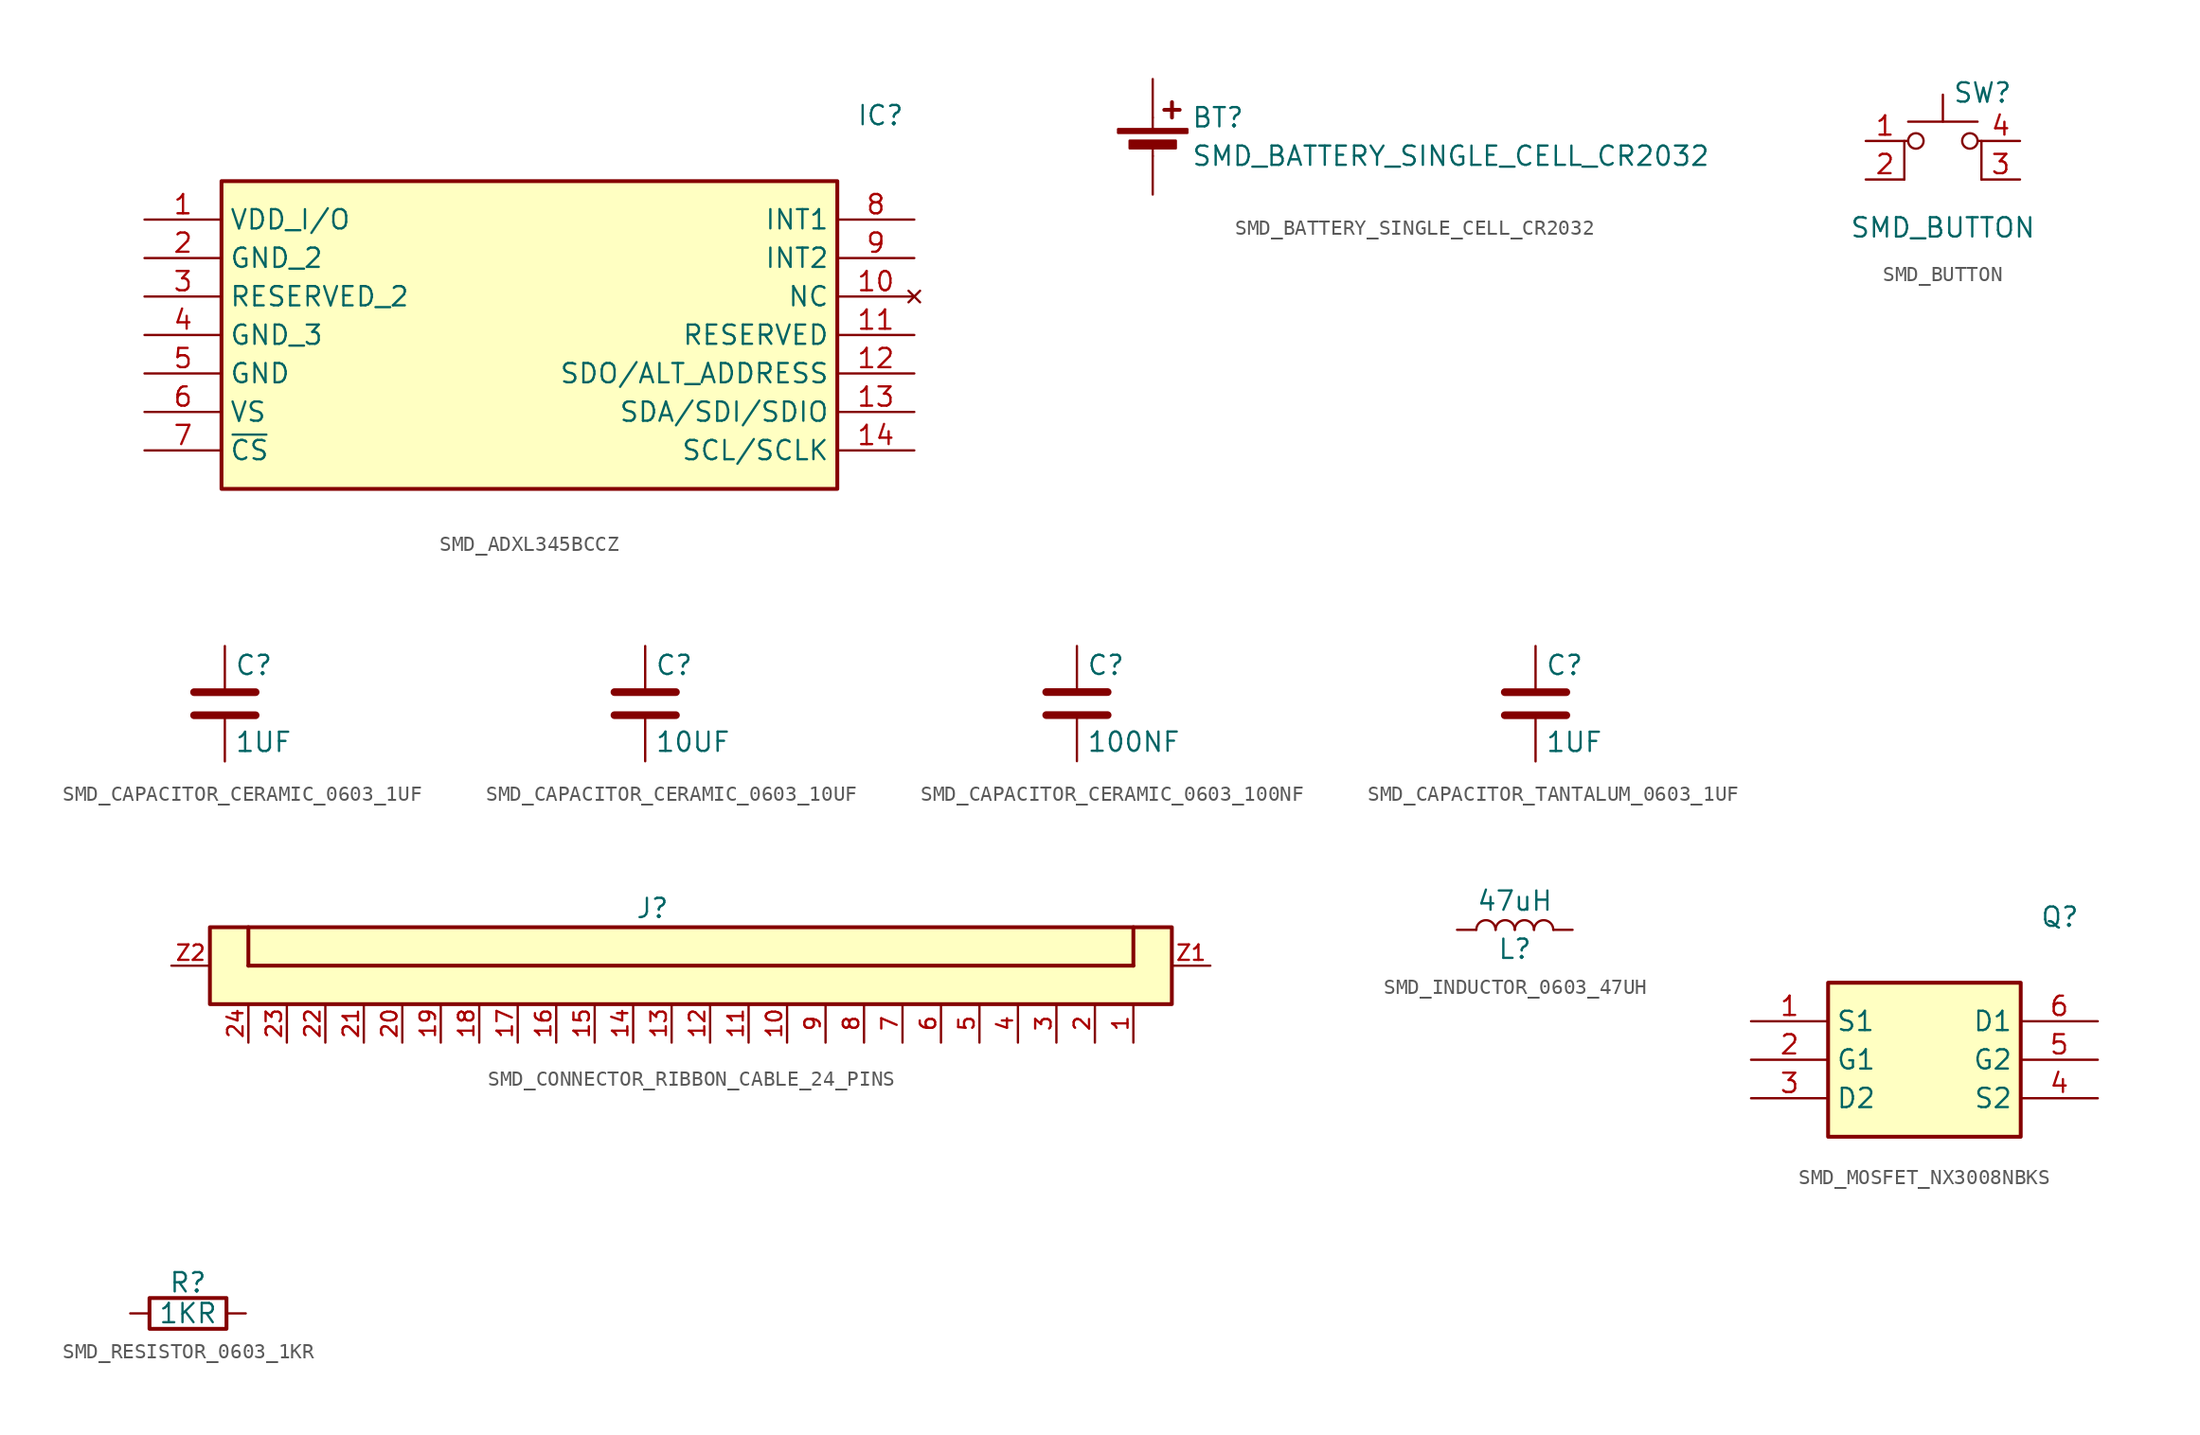
<source format=kicad_sym>
(kicad_symbol_lib
  (version 20241209)
  (generator "kicad_symbol_editor")
  (generator_version "9.0")
  (symbol "SMD_ADXL345BCCZ"
    (property "Reference" "IC"
      (at 21.59 15.24 0)
      (effects (font (size 1.27 1.27)) (justify left top)))
    (symbol "SMD_ADXL345BCCZ_1_1"
      (rectangle (start -20.32 10.16) (end 20.32 -10.16) (stroke (width 0.254) (type default)) (fill (type background)))
      (pin passive line (at -25.4 7.62 0) (length 5.08) (name "VDD_I/O" (effects (font (size 1.27 1.27)))) (number "1" (effects (font (size 1.27 1.27)))))
      (pin passive line (at -25.4 5.08 0) (length 5.08) (name "GND_2" (effects (font (size 1.27 1.27)))) (number "2" (effects (font (size 1.27 1.27)))))
      (pin passive line (at -25.4 2.54 0) (length 5.08) (name "RESERVED_2" (effects (font (size 1.27 1.27)))) (number "3" (effects (font (size 1.27 1.27)))))
      (pin passive line (at -25.4 0 0) (length 5.08) (name "GND_3" (effects (font (size 1.27 1.27)))) (number "4" (effects (font (size 1.27 1.27)))))
      (pin passive line (at -25.4 -2.54 0) (length 5.08) (name "GND" (effects (font (size 1.27 1.27)))) (number "5" (effects (font (size 1.27 1.27)))))
      (pin passive line (at -25.4 -5.08 0) (length 5.08) (name "VS" (effects (font (size 1.27 1.27)))) (number "6" (effects (font (size 1.27 1.27)))))
      (pin passive line (at -25.4 -7.62 0) (length 5.08) (name "~{CS}" (effects (font (size 1.27 1.27)))) (number "7" (effects (font (size 1.27 1.27)))))
      (pin passive line (at 25.4 7.62 180) (length 5.08) (name "INT1" (effects (font (size 1.27 1.27)))) (number "8" (effects (font (size 1.27 1.27)))))
      (pin passive line (at 25.4 5.08 180) (length 5.08) (name "INT2" (effects (font (size 1.27 1.27)))) (number "9" (effects (font (size 1.27 1.27)))))
      (pin no_connect line (at 25.4 2.54 180) (length 5.08) (name "NC" (effects (font (size 1.27 1.27)))) (number "10" (effects (font (size 1.27 1.27)))))
      (pin passive line (at 25.4 0 180) (length 5.08) (name "RESERVED" (effects (font (size 1.27 1.27)))) (number "11" (effects (font (size 1.27 1.27)))))
      (pin passive line (at 25.4 -2.54 180) (length 5.08) (name "SDO/ALT_ADDRESS" (effects (font (size 1.27 1.27)))) (number "12" (effects (font (size 1.27 1.27)))))
      (pin passive line (at 25.4 -5.08 180) (length 5.08) (name "SDA/SDI/SDIO" (effects (font (size 1.27 1.27)))) (number "13" (effects (font (size 1.27 1.27)))))
      (pin passive line (at 25.4 -7.62 180) (length 5.08) (name "SCL/SCLK" (effects (font (size 1.27 1.27)))) (number "14" (effects (font (size 1.27 1.27)))))))
  (symbol "SMD_BATTERY_SINGLE_CELL_CR2032"
    (pin_numbers
      (hide yes))
    (pin_names
      (offset 0)
      (hide yes))
    (property "Reference" "BT"
      (at 2.54 2.54 0)
      (effects (font (size 1.27 1.27)) (justify left)))
    (property "Value" "SMD_BATTERY_SINGLE_CELL_CR2032"
      (at 2.54 0 0)
      (effects (font (size 1.27 1.27)) (justify left)))
    (symbol "SMD_BATTERY_SINGLE_CELL_CR2032_0_1"
      (rectangle (start -2.286 1.778) (end 2.286 1.524) (stroke (width 0) (type default)) (fill (type outline)))
      (rectangle (start -1.524 1.016) (end 1.524 0.508) (stroke (width 0) (type default)) (fill (type outline)))
      (polyline (pts (xy 0 1.778) (xy 0 2.54)) (stroke (width 0) (type default)) (fill (type none)))
      (polyline (pts (xy 0 0.762) (xy 0 0)) (stroke (width 0) (type default)) (fill (type none)))
      (polyline (pts (xy 0.762 3.048) (xy 1.778 3.048)) (stroke (width 0.254) (type default)) (fill (type none)))
      (polyline (pts (xy 1.27 3.556) (xy 1.27 2.54)) (stroke (width 0.254) (type default)) (fill (type none))))
    (symbol "SMD_BATTERY_SINGLE_CELL_CR2032_1_1"
      (pin passive line (at 0 5.08 270) (length 2.54) (name "+" (effects (font (size 1.27 1.27)))) (number "1" (effects (font (size 1.27 1.27)))))
      (pin passive line (at 0 -2.54 90) (length 2.54) (name "-" (effects (font (size 1.27 1.27)))) (number "2" (effects (font (size 1.27 1.27)))))))
  (symbol "SMD_BUTTON"
    (pin_names
      (offset 1.016)
      (hide yes))
    (property "Reference" "SW"
      (at 0.635 5.715 0)
      (effects (font (size 1.27 1.27)) (justify left)))
    (property "Value" "SMD_BUTTON"
      (at 0 -3.175 0)
      (effects (font (size 1.27 1.27))))
    (symbol "SMD_BUTTON_0_1"
      (polyline (pts (xy -2.54 0) (xy -2.54 2.54) (xy -2.286 2.54)) (stroke (width 0) (type default)) (fill (type none)))
      (polyline (pts (xy -2.286 3.81) (xy 2.286 3.81)) (stroke (width 0) (type default)) (fill (type none)))
      (circle (center -1.778 2.54) (radius 0.508) (stroke (width 0) (type default)) (fill (type none)))
      (polyline (pts (xy 0 3.81) (xy 0 5.588)) (stroke (width 0) (type default)) (fill (type none)))
      (circle (center 1.778 2.54) (radius 0.508) (stroke (width 0) (type default)) (fill (type none)))
      (polyline (pts (xy 2.54 0) (xy 2.54 2.54) (xy 2.286 2.54)) (stroke (width 0) (type default)) (fill (type none)))
      (pin passive line (at -5.08 2.54 0) (length 2.54) (name "1" (effects (font (size 1.27 1.27)))) (number "1" (effects (font (size 1.27 1.27)))))
      (pin passive line (at -5.08 0 0) (length 2.54) (name "2" (effects (font (size 1.27 1.27)))) (number "2" (effects (font (size 1.27 1.27)))))
      (pin passive line (at 5.08 2.54 180) (length 2.54) (name "A" (effects (font (size 1.27 1.27)))) (number "4" (effects (font (size 1.27 1.27)))))
      (pin passive line (at 5.08 0 180) (length 2.54) (name "K" (effects (font (size 1.27 1.27)))) (number "3" (effects (font (size 1.27 1.27)))))))
  (symbol "SMD_CAPACITOR_CERAMIC_0603_1UF"
    (pin_numbers
      (hide yes))
    (pin_names
      (offset 0.254))
    (property "Reference" "C"
      (at 0.635 2.54 0)
      (effects (font (size 1.27 1.27)) (justify left)))
    (property "Value" "1UF"
      (at 0.635 -2.54 0)
      (effects (font (size 1.27 1.27)) (justify left)))
    (symbol "SMD_CAPACITOR_CERAMIC_0603_1UF_0_1"
      (polyline (pts (xy -2.032 0.762) (xy 2.032 0.762)) (stroke (width 0.508) (type default)) (fill (type none)))
      (polyline (pts (xy -2.032 -0.762) (xy 2.032 -0.762)) (stroke (width 0.508) (type default)) (fill (type none))))
    (symbol "SMD_CAPACITOR_CERAMIC_0603_1UF_1_1"
      (pin passive line (at 0 3.81 270) (length 2.794) (name "~" (effects (font (size 1.27 1.27)))) (number "1" (effects (font (size 1.27 1.27)))))
      (pin passive line (at 0 -3.81 90) (length 2.794) (name "~" (effects (font (size 1.27 1.27)))) (number "2" (effects (font (size 1.27 1.27)))))))
  (symbol "SMD_CAPACITOR_CERAMIC_0603_10UF"
    (pin_numbers
      (hide yes))
    (pin_names
      (offset 0.254))
    (property "Reference" "C"
      (at 0.635 2.54 0)
      (effects (font (size 1.27 1.27)) (justify left)))
    (property "Value" "10UF"
      (at 0.635 -2.54 0)
      (effects (font (size 1.27 1.27)) (justify left)))
    (symbol "SMD_CAPACITOR_CERAMIC_0603_10UF_0_1"
      (polyline (pts (xy -2.032 0.762) (xy 2.032 0.762)) (stroke (width 0.508) (type default)) (fill (type none)))
      (polyline (pts (xy -2.032 -0.762) (xy 2.032 -0.762)) (stroke (width 0.508) (type default)) (fill (type none))))
    (symbol "SMD_CAPACITOR_CERAMIC_0603_10UF_1_1"
      (pin passive line (at 0 3.81 270) (length 2.794) (name "~" (effects (font (size 1.27 1.27)))) (number "1" (effects (font (size 1.27 1.27)))))
      (pin passive line (at 0 -3.81 90) (length 2.794) (name "~" (effects (font (size 1.27 1.27)))) (number "2" (effects (font (size 1.27 1.27)))))))
  (symbol "SMD_CAPACITOR_CERAMIC_0603_100NF"
    (pin_numbers
      (hide yes))
    (pin_names
      (offset 0.254))
    (property "Reference" "C"
      (at 0.635 2.54 0)
      (effects (font (size 1.27 1.27)) (justify left)))
    (property "Value" "100NF"
      (at 0.635 -2.54 0)
      (effects (font (size 1.27 1.27)) (justify left)))
    (symbol "SMD_CAPACITOR_CERAMIC_0603_100NF_0_1"
      (polyline (pts (xy -2.032 0.762) (xy 2.032 0.762)) (stroke (width 0.508) (type default)) (fill (type none)))
      (polyline (pts (xy -2.032 -0.762) (xy 2.032 -0.762)) (stroke (width 0.508) (type default)) (fill (type none))))
    (symbol "SMD_CAPACITOR_CERAMIC_0603_100NF_1_1"
      (pin passive line (at 0 3.81 270) (length 2.794) (name "~" (effects (font (size 1.27 1.27)))) (number "1" (effects (font (size 1.27 1.27)))))
      (pin passive line (at 0 -3.81 90) (length 2.794) (name "~" (effects (font (size 1.27 1.27)))) (number "2" (effects (font (size 1.27 1.27)))))))
  (symbol "SMD_CAPACITOR_TANTALUM_0603_1UF"
    (pin_numbers
      (hide yes))
    (pin_names
      (offset 0.254))
    (property "Reference" "C"
      (at 0.635 2.54 0)
      (effects (font (size 1.27 1.27)) (justify left)))
    (property "Value" "1UF"
      (at 0.635 -2.54 0)
      (effects (font (size 1.27 1.27)) (justify left)))
    (symbol "SMD_CAPACITOR_TANTALUM_0603_1UF_0_1"
      (polyline (pts (xy -2.032 0.762) (xy 2.032 0.762)) (stroke (width 0.508) (type default)) (fill (type none)))
      (polyline (pts (xy -2.032 -0.762) (xy 2.032 -0.762)) (stroke (width 0.508) (type default)) (fill (type none))))
    (symbol "SMD_CAPACITOR_TANTALUM_0603_1UF_1_1"
      (pin passive line (at 0 3.81 270) (length 2.794) (name "~" (effects (font (size 1.27 1.27)))) (number "1" (effects (font (size 1.27 1.27)))))
      (pin passive line (at 0 -3.81 90) (length 2.794) (name "~" (effects (font (size 1.27 1.27)))) (number "2" (effects (font (size 1.27 1.27)))))))
  (symbol "SMD_CONNECTOR_RIBBON_CABLE_24_PINS"
    (pin_names
      (offset 1.016))
    (property "Reference" "J"
      (at -3.81 3.048 0)
      (effects (font (size 1.27 1.27)) (justify bottom)))
    (symbol "SMD_CONNECTOR_RIBBON_CABLE_24_PINS_0_0"
      (rectangle (start -33.02 -2.54) (end 30.48 2.54) (stroke (width 0.254) (type default)) (fill (type background)))
      (polyline (pts (xy -30.48 2.54) (xy -30.48 0)) (stroke (width 0.254) (type default)) (fill (type none)))
      (polyline (pts (xy -30.48 0) (xy 27.94 0)) (stroke (width 0.254) (type default)) (fill (type none)))
      (polyline (pts (xy 27.94 0) (xy 27.94 2.54)) (stroke (width 0.254) (type default)) (fill (type none)))
      (pin passive line (at -35.56 0 0) (length 2.54) (name "~" (effects (font (size 1.016 1.016)))) (number "Z2" (effects (font (size 1.016 1.016)))))
      (pin passive line (at -30.48 -5.08 90) (length 2.54) (name "~" (effects (font (size 1.016 1.016)))) (number "24" (effects (font (size 1.016 1.016)))))
      (pin passive line (at -27.94 -5.08 90) (length 2.54) (name "~" (effects (font (size 1.016 1.016)))) (number "23" (effects (font (size 1.016 1.016)))))
      (pin passive line (at -25.4 -5.08 90) (length 2.54) (name "~" (effects (font (size 1.016 1.016)))) (number "22" (effects (font (size 1.016 1.016)))))
      (pin passive line (at -22.86 -5.08 90) (length 2.54) (name "~" (effects (font (size 1.016 1.016)))) (number "21" (effects (font (size 1.016 1.016)))))
      (pin passive line (at -20.32 -5.08 90) (length 2.54) (name "~" (effects (font (size 1.016 1.016)))) (number "20" (effects (font (size 1.016 1.016)))))
      (pin passive line (at -17.78 -5.08 90) (length 2.54) (name "~" (effects (font (size 1.016 1.016)))) (number "19" (effects (font (size 1.016 1.016)))))
      (pin passive line (at -15.24 -5.08 90) (length 2.54) (name "~" (effects (font (size 1.016 1.016)))) (number "18" (effects (font (size 1.016 1.016)))))
      (pin passive line (at -12.7 -5.08 90) (length 2.54) (name "~" (effects (font (size 1.016 1.016)))) (number "17" (effects (font (size 1.016 1.016)))))
      (pin passive line (at -10.16 -5.08 90) (length 2.54) (name "~" (effects (font (size 1.016 1.016)))) (number "16" (effects (font (size 1.016 1.016)))))
      (pin passive line (at -7.62 -5.08 90) (length 2.54) (name "~" (effects (font (size 1.016 1.016)))) (number "15" (effects (font (size 1.016 1.016)))))
      (pin passive line (at -5.08 -5.08 90) (length 2.54) (name "~" (effects (font (size 1.016 1.016)))) (number "14" (effects (font (size 1.016 1.016)))))
      (pin passive line (at -2.54 -5.08 90) (length 2.54) (name "~" (effects (font (size 1.016 1.016)))) (number "13" (effects (font (size 1.016 1.016)))))
      (pin passive line (at 0 -5.08 90) (length 2.54) (name "~" (effects (font (size 1.016 1.016)))) (number "12" (effects (font (size 1.016 1.016)))))
      (pin passive line (at 2.54 -5.08 90) (length 2.54) (name "~" (effects (font (size 1.016 1.016)))) (number "11" (effects (font (size 1.016 1.016)))))
      (pin passive line (at 5.08 -5.08 90) (length 2.54) (name "~" (effects (font (size 1.016 1.016)))) (number "10" (effects (font (size 1.016 1.016)))))
      (pin passive line (at 7.62 -5.08 90) (length 2.54) (name "~" (effects (font (size 1.016 1.016)))) (number "9" (effects (font (size 1.016 1.016)))))
      (pin passive line (at 10.16 -5.08 90) (length 2.54) (name "~" (effects (font (size 1.016 1.016)))) (number "8" (effects (font (size 1.016 1.016)))))
      (pin passive line (at 12.7 -5.08 90) (length 2.54) (name "~" (effects (font (size 1.016 1.016)))) (number "7" (effects (font (size 1.016 1.016)))))
      (pin passive line (at 15.24 -5.08 90) (length 2.54) (name "~" (effects (font (size 1.016 1.016)))) (number "6" (effects (font (size 1.016 1.016)))))
      (pin passive line (at 17.78 -5.08 90) (length 2.54) (name "~" (effects (font (size 1.016 1.016)))) (number "5" (effects (font (size 1.016 1.016)))))
      (pin passive line (at 20.32 -5.08 90) (length 2.54) (name "~" (effects (font (size 1.016 1.016)))) (number "4" (effects (font (size 1.016 1.016)))))
      (pin passive line (at 22.86 -5.08 90) (length 2.54) (name "~" (effects (font (size 1.016 1.016)))) (number "3" (effects (font (size 1.016 1.016)))))
      (pin passive line (at 25.4 -5.08 90) (length 2.54) (name "~" (effects (font (size 1.016 1.016)))) (number "2" (effects (font (size 1.016 1.016)))))
      (pin passive line (at 27.94 -5.08 90) (length 2.54) (name "~" (effects (font (size 1.016 1.016)))) (number "1" (effects (font (size 1.016 1.016)))))
      (pin passive line (at 33.02 0 180) (length 2.54) (name "~" (effects (font (size 1.016 1.016)))) (number "Z1" (effects (font (size 1.016 1.016)))))))
  (symbol "SMD_INDUCTOR_0603_47UH"
    (pin_numbers
      (hide yes))
    (pin_names
      (offset 1.016)
      (hide yes))
    (property "Reference" "L"
      (at 0 -1.27 0)
      (effects (font (size 1.27 1.27))))
    (property "Value" "47uH"
      (at 0 1.905 0)
      (effects (font (size 1.27 1.27))))
    (symbol "SMD_INDUCTOR_0603_47UH_0_1"
      (arc (start -2.54 0) (mid -1.905 0.6323) (end -1.27 0) (stroke (width 0) (type default)) (fill (type none)))
      (arc (start -1.27 0) (mid -0.635 0.6323) (end 0 0) (stroke (width 0) (type default)) (fill (type none)))
      (arc (start 0 0) (mid 0.635 0.6323) (end 1.27 0) (stroke (width 0) (type default)) (fill (type none)))
      (arc (start 1.27 0) (mid 1.905 0.6323) (end 2.54 0) (stroke (width 0) (type default)) (fill (type none))))
    (symbol "SMD_INDUCTOR_0603_47UH_1_1"
      (pin passive line (at -3.81 0 0) (length 1.27) (name "1" (effects (font (size 1.27 1.27)))) (number "1" (effects (font (size 1.27 1.27)))))
      (pin passive line (at 3.81 0 180) (length 1.27) (name "2" (effects (font (size 1.27 1.27)))) (number "2" (effects (font (size 1.27 1.27)))))))
  (symbol "SMD_MOSFET_NX3008NBKS"
    (property "Reference" "Q"
      (at 7.62 10.16 0)
      (effects (font (size 1.27 1.27)) (justify left top)))
    (symbol "SMD_MOSFET_NX3008NBKS_1_1"
      (rectangle (start -6.35 5.08) (end 6.35 -5.08) (stroke (width 0.254) (type default)) (fill (type background)))
      (pin passive line (at -11.43 2.54 0) (length 5.08) (name "S1" (effects (font (size 1.27 1.27)))) (number "1" (effects (font (size 1.27 1.27)))))
      (pin passive line (at -11.43 0 0) (length 5.08) (name "G1" (effects (font (size 1.27 1.27)))) (number "2" (effects (font (size 1.27 1.27)))))
      (pin passive line (at -11.43 -2.54 0) (length 5.08) (name "D2" (effects (font (size 1.27 1.27)))) (number "3" (effects (font (size 1.27 1.27)))))
      (pin passive line (at 11.43 2.54 180) (length 5.08) (name "D1" (effects (font (size 1.27 1.27)))) (number "6" (effects (font (size 1.27 1.27)))))
      (pin passive line (at 11.43 0 180) (length 5.08) (name "G2" (effects (font (size 1.27 1.27)))) (number "5" (effects (font (size 1.27 1.27)))))
      (pin passive line (at 11.43 -2.54 180) (length 5.08) (name "S2" (effects (font (size 1.27 1.27)))) (number "4" (effects (font (size 1.27 1.27)))))))
  (symbol "SMD_RESISTOR_0603_1KR"
    (pin_numbers
      (hide yes))
    (pin_names
      (offset 0))
    (property "Reference" "R"
      (at 0 2.032 0)
      (effects (font (size 1.27 1.27))))
    (property "Value" "1KR"
      (at 0 0 0)
      (effects (font (size 1.27 1.27))))
    (symbol "SMD_RESISTOR_0603_1KR_0_1"
      (rectangle (start 2.54 -1.016) (end -2.54 1.016) (stroke (width 0.254) (type default)) (fill (type none))))
    (symbol "SMD_RESISTOR_0603_1KR_1_1"
      (pin passive line (at -3.81 0 0) (length 1.27) (name "~" (effects (font (size 1.27 1.27)))) (number "1" (effects (font (size 1.27 1.27)))))
      (pin passive line (at 3.81 0 180) (length 1.27) (name "~" (effects (font (size 1.27 1.27)))) (number "2" (effects (font (size 1.27 1.27))))))))
</source>
